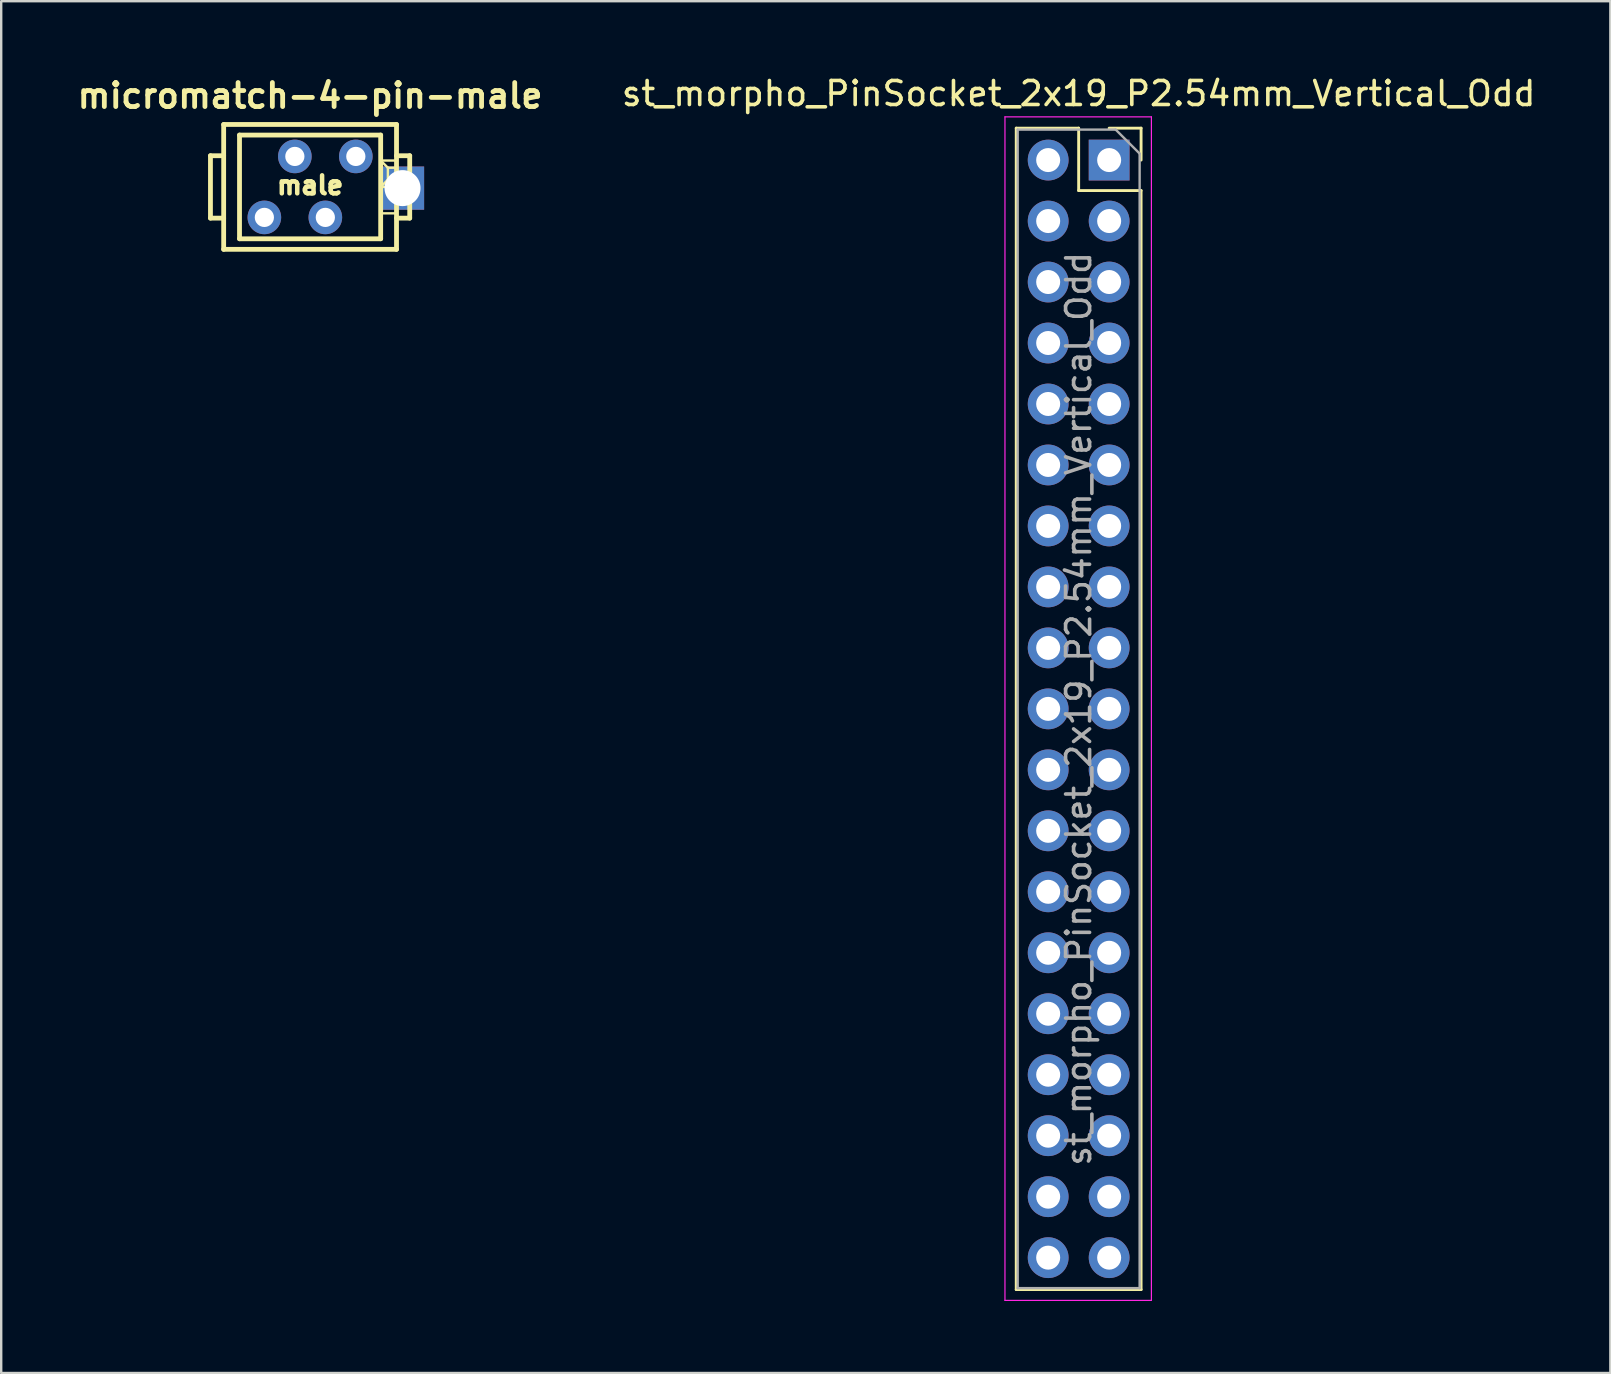
<source format=kicad_pcb>
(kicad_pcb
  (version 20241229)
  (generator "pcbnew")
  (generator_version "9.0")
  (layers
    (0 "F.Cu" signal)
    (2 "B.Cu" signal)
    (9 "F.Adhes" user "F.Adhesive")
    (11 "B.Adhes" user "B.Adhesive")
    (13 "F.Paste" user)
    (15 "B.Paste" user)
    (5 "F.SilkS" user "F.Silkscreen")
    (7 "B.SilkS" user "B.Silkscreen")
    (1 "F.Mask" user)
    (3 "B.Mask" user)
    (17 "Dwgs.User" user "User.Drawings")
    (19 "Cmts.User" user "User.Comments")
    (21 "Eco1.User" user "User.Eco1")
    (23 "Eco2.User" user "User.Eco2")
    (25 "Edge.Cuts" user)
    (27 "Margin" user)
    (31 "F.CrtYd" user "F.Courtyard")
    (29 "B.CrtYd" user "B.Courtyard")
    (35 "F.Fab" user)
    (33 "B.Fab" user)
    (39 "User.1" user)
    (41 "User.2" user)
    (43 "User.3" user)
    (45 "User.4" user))
  (footprint "st_morpho_PinSocket_2x19_P2.54mm_Vertical_Odd"
    (layer "F.Cu")
    (at 43.152 3.618)
    (property "Reference" "st_morpho_PinSocket_2x19_P2.54mm_Vertical_Odd" (at -1.27 -2.77 0) (layer "F.SilkS") (effects (font (size 1 1) (thickness 0.15))))
    (attr through_hole)
    (fp_line (start -3.87 -1.33) (end -3.87 47.05) (stroke (width 0.12) (type solid)) (layer "F.SilkS"))
    (fp_line (start -3.87 -1.33) (end -1.27 -1.33) (stroke (width 0.12) (type solid)) (layer "F.SilkS"))
    (fp_line (start -3.87 47.05) (end 1.33 47.05) (stroke (width 0.12) (type solid)) (layer "F.SilkS"))
    (fp_line (start -1.27 -1.33) (end -1.27 1.27) (stroke (width 0.12) (type solid)) (layer "F.SilkS"))
    (fp_line (start -1.27 1.27) (end 1.33 1.27) (stroke (width 0.12) (type solid)) (layer "F.SilkS"))
    (fp_line (start 0 -1.33) (end 1.33 -1.33) (stroke (width 0.12) (type solid)) (layer "F.SilkS"))
    (fp_line (start 1.33 -1.33) (end 1.33 0) (stroke (width 0.12) (type solid)) (layer "F.SilkS"))
    (fp_line (start 1.33 1.27) (end 1.33 47.05) (stroke (width 0.12) (type solid)) (layer "F.SilkS"))
    (fp_line (start -4.34 -1.8) (end 1.76 -1.8) (stroke (width 0.05) (type solid)) (layer "F.CrtYd"))
    (fp_line (start -4.34 47.5) (end -4.34 -1.8) (stroke (width 0.05) (type solid)) (layer "F.CrtYd"))
    (fp_line (start 1.76 -1.8) (end 1.76 47.5) (stroke (width 0.05) (type solid)) (layer "F.CrtYd"))
    (fp_line (start 1.76 47.5) (end -4.34 47.5) (stroke (width 0.05) (type solid)) (layer "F.CrtYd"))
    (fp_line (start -3.81 -1.27) (end 0.27 -1.27) (stroke (width 0.1) (type solid)) (layer "F.Fab"))
    (fp_line (start -3.81 46.99) (end -3.81 -1.27) (stroke (width 0.1) (type solid)) (layer "F.Fab"))
    (fp_line (start 0.27 -1.27) (end 1.27 -0.27) (stroke (width 0.1) (type solid)) (layer "F.Fab"))
    (fp_line (start 1.27 -0.27) (end 1.27 46.99) (stroke (width 0.1) (type solid)) (layer "F.Fab"))
    (fp_line (start 1.27 46.99) (end -3.81 46.99) (stroke (width 0.1) (type solid)) (layer "F.Fab"))
    (fp_text user "${REFERENCE}" (at -1.27 22.86 90) (layer "F.Fab") (effects (font (size 1 1) (thickness 0.15))))
    (pad "1" thru_hole oval (at -2.54 0) (size 1.7 1.7) (drill 1) (layers "*.Cu" "*.Mask"))
    (pad "2" thru_hole rect (at 0 0) (size 1.7 1.7) (drill 1) (layers "*.Cu" "*.Mask"))
    (pad "3" thru_hole oval (at -2.54 2.54) (size 1.7 1.7) (drill 1) (layers "*.Cu" "*.Mask"))
    (pad "4" thru_hole oval (at 0 2.54) (size 1.7 1.7) (drill 1) (layers "*.Cu" "*.Mask"))
    (pad "5" thru_hole oval (at -2.54 5.08) (size 1.7 1.7) (drill 1) (layers "*.Cu" "*.Mask"))
    (pad "6" thru_hole oval (at 0 5.08) (size 1.7 1.7) (drill 1) (layers "*.Cu" "*.Mask"))
    (pad "7" thru_hole oval (at -2.54 7.62) (size 1.7 1.7) (drill 1) (layers "*.Cu" "*.Mask"))
    (pad "8" thru_hole oval (at 0 7.62) (size 1.7 1.7) (drill 1) (layers "*.Cu" "*.Mask"))
    (pad "9" thru_hole oval (at -2.54 10.16) (size 1.7 1.7) (drill 1) (layers "*.Cu" "*.Mask"))
    (pad "10" thru_hole oval (at 0 10.16) (size 1.7 1.7) (drill 1) (layers "*.Cu" "*.Mask"))
    (pad "11" thru_hole oval (at -2.54 12.7) (size 1.7 1.7) (drill 1) (layers "*.Cu" "*.Mask"))
    (pad "12" thru_hole oval (at 0 12.7) (size 1.7 1.7) (drill 1) (layers "*.Cu" "*.Mask"))
    (pad "13" thru_hole oval (at -2.54 15.24) (size 1.7 1.7) (drill 1) (layers "*.Cu" "*.Mask"))
    (pad "14" thru_hole oval (at 0 15.24) (size 1.7 1.7) (drill 1) (layers "*.Cu" "*.Mask"))
    (pad "15" thru_hole oval (at -2.54 17.78) (size 1.7 1.7) (drill 1) (layers "*.Cu" "*.Mask"))
    (pad "16" thru_hole oval (at 0 17.78) (size 1.7 1.7) (drill 1) (layers "*.Cu" "*.Mask"))
    (pad "17" thru_hole oval (at -2.54 20.32) (size 1.7 1.7) (drill 1) (layers "*.Cu" "*.Mask"))
    (pad "18" thru_hole oval (at 0 20.32) (size 1.7 1.7) (drill 1) (layers "*.Cu" "*.Mask"))
    (pad "19" thru_hole oval (at -2.54 22.86) (size 1.7 1.7) (drill 1) (layers "*.Cu" "*.Mask"))
    (pad "20" thru_hole oval (at 0 22.86) (size 1.7 1.7) (drill 1) (layers "*.Cu" "*.Mask"))
    (pad "21" thru_hole oval (at -2.54 25.4) (size 1.7 1.7) (drill 1) (layers "*.Cu" "*.Mask"))
    (pad "22" thru_hole oval (at 0 25.4) (size 1.7 1.7) (drill 1) (layers "*.Cu" "*.Mask"))
    (pad "23" thru_hole oval (at -2.54 27.94) (size 1.7 1.7) (drill 1) (layers "*.Cu" "*.Mask"))
    (pad "24" thru_hole oval (at 0 27.94) (size 1.7 1.7) (drill 1) (layers "*.Cu" "*.Mask"))
    (pad "25" thru_hole oval (at -2.54 30.48) (size 1.7 1.7) (drill 1) (layers "*.Cu" "*.Mask"))
    (pad "26" thru_hole oval (at 0 30.48) (size 1.7 1.7) (drill 1) (layers "*.Cu" "*.Mask"))
    (pad "27" thru_hole oval (at -2.54 33.02) (size 1.7 1.7) (drill 1) (layers "*.Cu" "*.Mask"))
    (pad "28" thru_hole oval (at 0 33.02) (size 1.7 1.7) (drill 1) (layers "*.Cu" "*.Mask"))
    (pad "29" thru_hole oval (at -2.54 35.56) (size 1.7 1.7) (drill 1) (layers "*.Cu" "*.Mask"))
    (pad "30" thru_hole oval (at 0 35.56) (size 1.7 1.7) (drill 1) (layers "*.Cu" "*.Mask"))
    (pad "31" thru_hole oval (at -2.54 38.1) (size 1.7 1.7) (drill 1) (layers "*.Cu" "*.Mask"))
    (pad "32" thru_hole oval (at 0 38.1) (size 1.7 1.7) (drill 1) (layers "*.Cu" "*.Mask"))
    (pad "33" thru_hole oval (at -2.54 40.64) (size 1.7 1.7) (drill 1) (layers "*.Cu" "*.Mask"))
    (pad "34" thru_hole oval (at 0 40.64) (size 1.7 1.7) (drill 1) (layers "*.Cu" "*.Mask"))
    (pad "35" thru_hole oval (at -2.54 43.18) (size 1.7 1.7) (drill 1) (layers "*.Cu" "*.Mask"))
    (pad "36" thru_hole oval (at 0 43.18) (size 1.7 1.7) (drill 1) (layers "*.Cu" "*.Mask"))
    (pad "37" thru_hole oval (at -2.54 45.72) (size 1.7 1.7) (drill 1) (layers "*.Cu" "*.Mask"))
    (pad "38" thru_hole oval (at 0 45.72) (size 1.7 1.7) (drill 1) (layers "*.Cu" "*.Mask")))
  (footprint "micromatch-4-pin-male"
    (layer "F.Cu")
    (at 9.867 4.736)
    (property "Reference" "micromatch-4-pin-male" (at 0 -3.8 0) (layer "F.SilkS") (effects (font (size 1 1) (thickness 0.2))))
    (attr through_hole)
    (fp_line (start -4.15 -1.3) (end -4.15 1.3) (stroke (width 0.2) (type solid)) (layer "F.SilkS"))
    (fp_line (start -4.15 1.3) (end -3.6 1.3) (stroke (width 0.2) (type solid)) (layer "F.SilkS"))
    (fp_line (start -3.6 -2.6) (end 3.6 -2.6) (stroke (width 0.2) (type solid)) (layer "F.SilkS"))
    (fp_line (start -3.6 -1.3) (end -4.15 -1.3) (stroke (width 0.2) (type solid)) (layer "F.SilkS"))
    (fp_line (start -3.6 2.6) (end -3.6 -2.6) (stroke (width 0.2) (type solid)) (layer "F.SilkS"))
    (fp_line (start -2.94 -2.16) (end 2.94 -2.16) (stroke (width 0.2) (type solid)) (layer "F.SilkS"))
    (fp_line (start -2.94 2.16) (end -2.94 -2.16) (stroke (width 0.2) (type solid)) (layer "F.SilkS"))
    (fp_line (start 2.94 -2.16) (end 2.94 2.16) (stroke (width 0.2) (type solid)) (layer "F.SilkS"))
    (fp_line (start 2.94 -1.1) (end 3.24 -0.8) (stroke (width 0.1) (type solid)) (layer "F.SilkS"))
    (fp_line (start 2.94 -1.1) (end 3.6 -1.1) (stroke (width 0.1) (type solid)) (layer "F.SilkS"))
    (fp_line (start 2.94 0) (end 3.24 -0.3) (stroke (width 0.1) (type solid)) (layer "F.SilkS"))
    (fp_line (start 2.94 0) (end 3.6 0) (stroke (width 0.1) (type solid)) (layer "F.SilkS"))
    (fp_line (start 2.94 1.1) (end 3.6 1.1) (stroke (width 0.1) (type solid)) (layer "F.SilkS"))
    (fp_line (start 2.94 2.16) (end -2.94 2.16) (stroke (width 0.2) (type solid)) (layer "F.SilkS"))
    (fp_line (start 3.24 -0.8) (end 3.6 -0.8) (stroke (width 0.1) (type solid)) (layer "F.SilkS"))
    (fp_line (start 3.24 -0.3) (end 3.24 -0.8) (stroke (width 0.1) (type solid)) (layer "F.SilkS"))
    (fp_line (start 3.24 -0.3) (end 3.6 -0.3) (stroke (width 0.1) (type solid)) (layer "F.SilkS"))
    (fp_line (start 3.6 -2.6) (end 3.6 2.6) (stroke (width 0.2) (type solid)) (layer "F.SilkS"))
    (fp_line (start 3.6 -1.3) (end 4.15 -1.3) (stroke (width 0.2) (type solid)) (layer "F.SilkS"))
    (fp_line (start 3.6 2.6) (end -3.6 2.6) (stroke (width 0.2) (type solid)) (layer "F.SilkS"))
    (fp_line (start 4.15 -1.3) (end 4.15 1.3) (stroke (width 0.2) (type solid)) (layer "F.SilkS"))
    (fp_line (start 4.15 1.3) (end 3.6 1.3) (stroke (width 0.2) (type solid)) (layer "F.SilkS"))
    (fp_text user "male" (at 0 -0.07 0) (layer "F.SilkS") (effects (font (size 0.75 0.75) (thickness 0.188))))
    (pad "" np_thru_hole rect (at 3.85 0.05) (size 1.8 1.8) (drill 1.5) (layers "*.Cu" "*.Mask"))
    (pad "1" thru_hole circle (at 1.905 -1.27) (size 1.4 1.4) (drill 0.8) (layers "*.Cu" "*.Mask"))
    (pad "2" thru_hole circle (at 0.635 1.27) (size 1.4 1.4) (drill 0.8) (layers "*.Cu" "*.Mask"))
    (pad "3" thru_hole circle (at -0.635 -1.27) (size 1.4 1.4) (drill 0.8) (layers "*.Cu" "*.Mask"))
    (pad "4" thru_hole circle (at -1.905 1.27) (size 1.4 1.4) (drill 0.8) (layers "*.Cu" "*.Mask")))
  (gr_rect
    (start -3 -3)
    (end 64.031 54.143)
    (stroke (width 0.1) (type default))
    (fill no)
    (layer "Edge.Cuts")))
</source>
